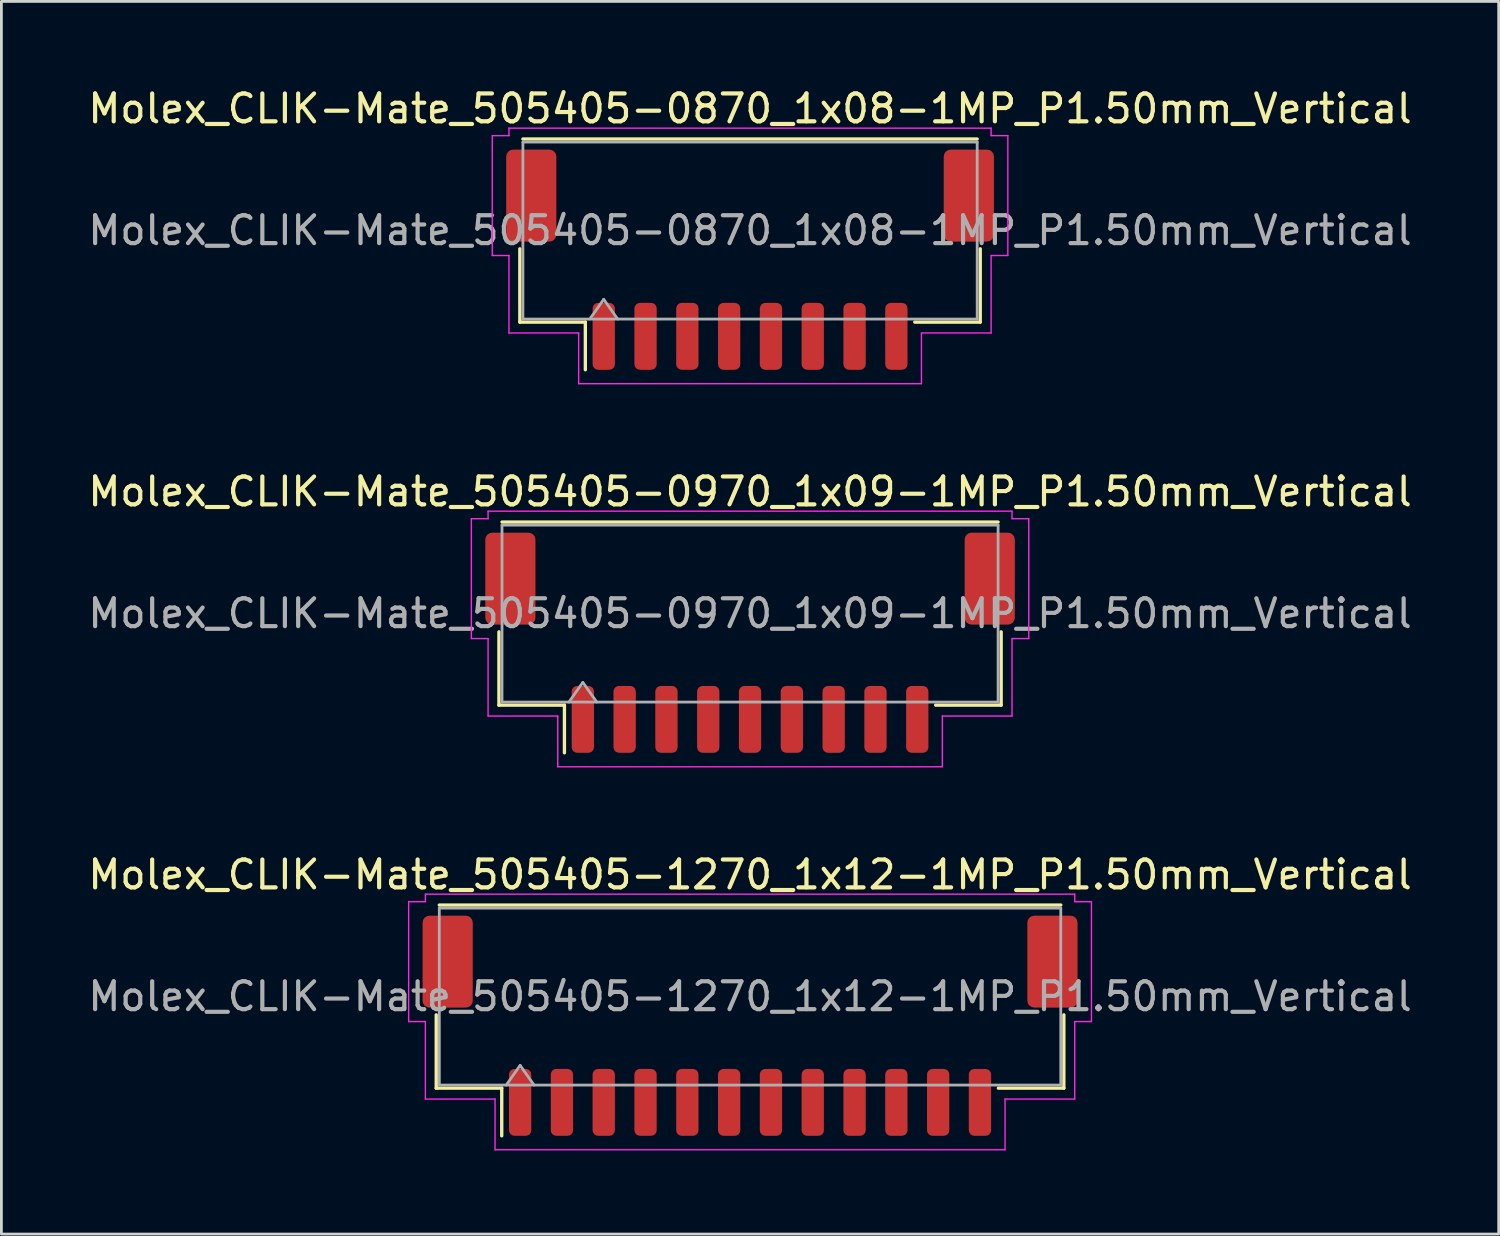
<source format=kicad_pcb>
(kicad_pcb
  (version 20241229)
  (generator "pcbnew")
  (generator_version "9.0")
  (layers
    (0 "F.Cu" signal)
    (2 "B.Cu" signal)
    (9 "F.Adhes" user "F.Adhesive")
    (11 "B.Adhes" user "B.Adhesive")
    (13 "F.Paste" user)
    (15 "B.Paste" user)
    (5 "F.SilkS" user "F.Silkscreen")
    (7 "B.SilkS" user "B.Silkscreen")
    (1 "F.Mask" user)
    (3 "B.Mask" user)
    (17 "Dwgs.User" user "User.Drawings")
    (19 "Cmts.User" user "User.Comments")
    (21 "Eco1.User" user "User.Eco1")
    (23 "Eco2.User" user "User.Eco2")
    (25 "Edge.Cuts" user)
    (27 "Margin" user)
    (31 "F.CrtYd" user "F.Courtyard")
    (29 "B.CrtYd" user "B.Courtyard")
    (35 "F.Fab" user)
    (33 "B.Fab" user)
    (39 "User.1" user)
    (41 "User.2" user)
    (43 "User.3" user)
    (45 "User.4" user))
  (footprint "Molex_CLIK-Mate_505405-1270_1x12-1MP_P1.50mm_Vertical"
    (layer "F.Cu")
    (at 23.863 33.755)
    (property "Reference" "Molex_CLIK-Mate_505405-1270_1x12-1MP_P1.50mm_Vertical" (at 0 -5.42 0) (layer "F.SilkS") (effects (font (size 1 1) (thickness 0.15))))
    (attr smd)
    (fp_line (start -11.26 -0.39) (end -11.26 2.24) (stroke (width 0.12) (type solid)) (layer "F.SilkS"))
    (fp_line (start -11.26 2.24) (end -8.91 2.24) (stroke (width 0.12) (type solid)) (layer "F.SilkS"))
    (fp_line (start -11.15 -4.33) (end 11.15 -4.33) (stroke (width 0.12) (type solid)) (layer "F.SilkS"))
    (fp_line (start -8.91 2.24) (end -8.91 3.95) (stroke (width 0.12) (type solid)) (layer "F.SilkS"))
    (fp_line (start 11.26 -0.39) (end 11.26 2.24) (stroke (width 0.12) (type solid)) (layer "F.SilkS"))
    (fp_line (start 11.26 2.24) (end 8.91 2.24) (stroke (width 0.12) (type solid)) (layer "F.SilkS"))
    (fp_line (start -12.25 -4.45) (end -11.65 -4.45) (stroke (width 0.05) (type solid)) (layer "F.CrtYd"))
    (fp_line (start -12.25 -0.15) (end -12.25 -4.45) (stroke (width 0.05) (type solid)) (layer "F.CrtYd"))
    (fp_line (start -11.65 -4.72) (end 11.65 -4.72) (stroke (width 0.05) (type solid)) (layer "F.CrtYd"))
    (fp_line (start -11.65 -4.45) (end -11.65 -4.72) (stroke (width 0.05) (type solid)) (layer "F.CrtYd"))
    (fp_line (start -11.65 -0.15) (end -12.25 -0.15) (stroke (width 0.05) (type solid)) (layer "F.CrtYd"))
    (fp_line (start -11.65 2.63) (end -11.65 -0.15) (stroke (width 0.05) (type solid)) (layer "F.CrtYd"))
    (fp_line (start -9.15 2.63) (end -11.65 2.63) (stroke (width 0.05) (type solid)) (layer "F.CrtYd"))
    (fp_line (start -9.15 4.45) (end -9.15 2.63) (stroke (width 0.05) (type solid)) (layer "F.CrtYd"))
    (fp_line (start 9.15 2.63) (end 9.15 4.45) (stroke (width 0.05) (type solid)) (layer "F.CrtYd"))
    (fp_line (start 9.15 4.45) (end -9.15 4.45) (stroke (width 0.05) (type solid)) (layer "F.CrtYd"))
    (fp_line (start 11.65 -4.72) (end 11.65 -4.45) (stroke (width 0.05) (type solid)) (layer "F.CrtYd"))
    (fp_line (start 11.65 -4.45) (end 12.25 -4.45) (stroke (width 0.05) (type solid)) (layer "F.CrtYd"))
    (fp_line (start 11.65 -0.15) (end 11.65 2.63) (stroke (width 0.05) (type solid)) (layer "F.CrtYd"))
    (fp_line (start 11.65 2.63) (end 9.15 2.63) (stroke (width 0.05) (type solid)) (layer "F.CrtYd"))
    (fp_line (start 12.25 -4.45) (end 12.25 -0.15) (stroke (width 0.05) (type solid)) (layer "F.CrtYd"))
    (fp_line (start 12.25 -0.15) (end 11.65 -0.15) (stroke (width 0.05) (type solid)) (layer "F.CrtYd"))
    (fp_line (start -11.15 -4.22) (end 11.15 -4.22) (stroke (width 0.1) (type solid)) (layer "F.Fab"))
    (fp_line (start -11.15 2.13) (end -11.15 -4.22) (stroke (width 0.1) (type solid)) (layer "F.Fab"))
    (fp_line (start -11.15 2.13) (end 11.15 2.13) (stroke (width 0.1) (type solid)) (layer "F.Fab"))
    (fp_line (start -8.75 2.13) (end -8.25 1.423) (stroke (width 0.1) (type solid)) (layer "F.Fab"))
    (fp_line (start -8.25 1.423) (end -7.75 2.13) (stroke (width 0.1) (type solid)) (layer "F.Fab"))
    (fp_line (start 11.15 2.13) (end 11.15 -4.22) (stroke (width 0.1) (type solid)) (layer "F.Fab"))
    (fp_text user "${REFERENCE}" (at 0 -1.05 0) (layer "F.Fab") (effects (font (size 1 1) (thickness 0.15))))
    (pad "1" smd roundrect (at -8.25 2.75) (size 0.8 2.4) (layers "F.Cu" "F.Mask" "F.Paste") (roundrect_rratio 0.25))
    (pad "2" smd roundrect (at -6.75 2.75) (size 0.8 2.4) (layers "F.Cu" "F.Mask" "F.Paste") (roundrect_rratio 0.25))
    (pad "3" smd roundrect (at -5.25 2.75) (size 0.8 2.4) (layers "F.Cu" "F.Mask" "F.Paste") (roundrect_rratio 0.25))
    (pad "4" smd roundrect (at -3.75 2.75) (size 0.8 2.4) (layers "F.Cu" "F.Mask" "F.Paste") (roundrect_rratio 0.25))
    (pad "5" smd roundrect (at -2.25 2.75) (size 0.8 2.4) (layers "F.Cu" "F.Mask" "F.Paste") (roundrect_rratio 0.25))
    (pad "6" smd roundrect (at -0.75 2.75) (size 0.8 2.4) (layers "F.Cu" "F.Mask" "F.Paste") (roundrect_rratio 0.25))
    (pad "7" smd roundrect (at 0.75 2.75) (size 0.8 2.4) (layers "F.Cu" "F.Mask" "F.Paste") (roundrect_rratio 0.25))
    (pad "8" smd roundrect (at 2.25 2.75) (size 0.8 2.4) (layers "F.Cu" "F.Mask" "F.Paste") (roundrect_rratio 0.25))
    (pad "9" smd roundrect (at 3.75 2.75) (size 0.8 2.4) (layers "F.Cu" "F.Mask" "F.Paste") (roundrect_rratio 0.25))
    (pad "10" smd roundrect (at 5.25 2.75) (size 0.8 2.4) (layers "F.Cu" "F.Mask" "F.Paste") (roundrect_rratio 0.25))
    (pad "11" smd roundrect (at 6.75 2.75) (size 0.8 2.4) (layers "F.Cu" "F.Mask" "F.Paste") (roundrect_rratio 0.25))
    (pad "12" smd roundrect (at 8.25 2.75) (size 0.8 2.4) (layers "F.Cu" "F.Mask" "F.Paste") (roundrect_rratio 0.25))
    (pad "MP" smd roundrect (at -10.85 -2.3) (size 1.8 3.3) (layers "F.Cu" "F.Mask" "F.Paste") (roundrect_rratio 0.139))
    (pad "MP" smd roundrect (at 10.85 -2.3) (size 1.8 3.3) (layers "F.Cu" "F.Mask" "F.Paste") (roundrect_rratio 0.139)))
  (footprint "Molex_CLIK-Mate_505405-0870_1x08-1MP_P1.50mm_Vertical"
    (layer "F.Cu")
    (at 23.863 6.268)
    (property "Reference" "Molex_CLIK-Mate_505405-0870_1x08-1MP_P1.50mm_Vertical" (at 0 -5.42 0) (layer "F.SilkS") (effects (font (size 1 1) (thickness 0.15))))
    (attr smd)
    (fp_line (start -8.26 -0.39) (end -8.26 2.24) (stroke (width 0.12) (type solid)) (layer "F.SilkS"))
    (fp_line (start -8.26 2.24) (end -5.91 2.24) (stroke (width 0.12) (type solid)) (layer "F.SilkS"))
    (fp_line (start -8.15 -4.33) (end 8.15 -4.33) (stroke (width 0.12) (type solid)) (layer "F.SilkS"))
    (fp_line (start -5.91 2.24) (end -5.91 3.95) (stroke (width 0.12) (type solid)) (layer "F.SilkS"))
    (fp_line (start 8.26 -0.39) (end 8.26 2.24) (stroke (width 0.12) (type solid)) (layer "F.SilkS"))
    (fp_line (start 8.26 2.24) (end 5.91 2.24) (stroke (width 0.12) (type solid)) (layer "F.SilkS"))
    (fp_line (start -9.25 -4.45) (end -8.65 -4.45) (stroke (width 0.05) (type solid)) (layer "F.CrtYd"))
    (fp_line (start -9.25 -0.15) (end -9.25 -4.45) (stroke (width 0.05) (type solid)) (layer "F.CrtYd"))
    (fp_line (start -8.65 -4.72) (end 8.65 -4.72) (stroke (width 0.05) (type solid)) (layer "F.CrtYd"))
    (fp_line (start -8.65 -4.45) (end -8.65 -4.72) (stroke (width 0.05) (type solid)) (layer "F.CrtYd"))
    (fp_line (start -8.65 -0.15) (end -9.25 -0.15) (stroke (width 0.05) (type solid)) (layer "F.CrtYd"))
    (fp_line (start -8.65 2.63) (end -8.65 -0.15) (stroke (width 0.05) (type solid)) (layer "F.CrtYd"))
    (fp_line (start -6.15 2.63) (end -8.65 2.63) (stroke (width 0.05) (type solid)) (layer "F.CrtYd"))
    (fp_line (start -6.15 4.45) (end -6.15 2.63) (stroke (width 0.05) (type solid)) (layer "F.CrtYd"))
    (fp_line (start 6.15 2.63) (end 6.15 4.45) (stroke (width 0.05) (type solid)) (layer "F.CrtYd"))
    (fp_line (start 6.15 4.45) (end -6.15 4.45) (stroke (width 0.05) (type solid)) (layer "F.CrtYd"))
    (fp_line (start 8.65 -4.72) (end 8.65 -4.45) (stroke (width 0.05) (type solid)) (layer "F.CrtYd"))
    (fp_line (start 8.65 -4.45) (end 9.25 -4.45) (stroke (width 0.05) (type solid)) (layer "F.CrtYd"))
    (fp_line (start 8.65 -0.15) (end 8.65 2.63) (stroke (width 0.05) (type solid)) (layer "F.CrtYd"))
    (fp_line (start 8.65 2.63) (end 6.15 2.63) (stroke (width 0.05) (type solid)) (layer "F.CrtYd"))
    (fp_line (start 9.25 -4.45) (end 9.25 -0.15) (stroke (width 0.05) (type solid)) (layer "F.CrtYd"))
    (fp_line (start 9.25 -0.15) (end 8.65 -0.15) (stroke (width 0.05) (type solid)) (layer "F.CrtYd"))
    (fp_line (start -8.15 -4.22) (end 8.15 -4.22) (stroke (width 0.1) (type solid)) (layer "F.Fab"))
    (fp_line (start -8.15 2.13) (end -8.15 -4.22) (stroke (width 0.1) (type solid)) (layer "F.Fab"))
    (fp_line (start -8.15 2.13) (end 8.15 2.13) (stroke (width 0.1) (type solid)) (layer "F.Fab"))
    (fp_line (start -5.75 2.13) (end -5.25 1.423) (stroke (width 0.1) (type solid)) (layer "F.Fab"))
    (fp_line (start -5.25 1.423) (end -4.75 2.13) (stroke (width 0.1) (type solid)) (layer "F.Fab"))
    (fp_line (start 8.15 2.13) (end 8.15 -4.22) (stroke (width 0.1) (type solid)) (layer "F.Fab"))
    (fp_text user "${REFERENCE}" (at 0 -1.05 0) (layer "F.Fab") (effects (font (size 1 1) (thickness 0.15))))
    (pad "1" smd roundrect (at -5.25 2.75) (size 0.8 2.4) (layers "F.Cu" "F.Mask" "F.Paste") (roundrect_rratio 0.25))
    (pad "2" smd roundrect (at -3.75 2.75) (size 0.8 2.4) (layers "F.Cu" "F.Mask" "F.Paste") (roundrect_rratio 0.25))
    (pad "3" smd roundrect (at -2.25 2.75) (size 0.8 2.4) (layers "F.Cu" "F.Mask" "F.Paste") (roundrect_rratio 0.25))
    (pad "4" smd roundrect (at -0.75 2.75) (size 0.8 2.4) (layers "F.Cu" "F.Mask" "F.Paste") (roundrect_rratio 0.25))
    (pad "5" smd roundrect (at 0.75 2.75) (size 0.8 2.4) (layers "F.Cu" "F.Mask" "F.Paste") (roundrect_rratio 0.25))
    (pad "6" smd roundrect (at 2.25 2.75) (size 0.8 2.4) (layers "F.Cu" "F.Mask" "F.Paste") (roundrect_rratio 0.25))
    (pad "7" smd roundrect (at 3.75 2.75) (size 0.8 2.4) (layers "F.Cu" "F.Mask" "F.Paste") (roundrect_rratio 0.25))
    (pad "8" smd roundrect (at 5.25 2.75) (size 0.8 2.4) (layers "F.Cu" "F.Mask" "F.Paste") (roundrect_rratio 0.25))
    (pad "MP" smd roundrect (at -7.85 -2.3) (size 1.8 3.3) (layers "F.Cu" "F.Mask" "F.Paste") (roundrect_rratio 0.139))
    (pad "MP" smd roundrect (at 7.85 -2.3) (size 1.8 3.3) (layers "F.Cu" "F.Mask" "F.Paste") (roundrect_rratio 0.139)))
  (footprint "Molex_CLIK-Mate_505405-0970_1x09-1MP_P1.50mm_Vertical"
    (layer "F.Cu")
    (at 23.863 20.012)
    (property "Reference" "Molex_CLIK-Mate_505405-0970_1x09-1MP_P1.50mm_Vertical" (at 0 -5.42 0) (layer "F.SilkS") (effects (font (size 1 1) (thickness 0.15))))
    (attr smd)
    (fp_line (start -9.01 -0.39) (end -9.01 2.24) (stroke (width 0.12) (type solid)) (layer "F.SilkS"))
    (fp_line (start -9.01 2.24) (end -6.66 2.24) (stroke (width 0.12) (type solid)) (layer "F.SilkS"))
    (fp_line (start -8.9 -4.33) (end 8.9 -4.33) (stroke (width 0.12) (type solid)) (layer "F.SilkS"))
    (fp_line (start -6.66 2.24) (end -6.66 3.95) (stroke (width 0.12) (type solid)) (layer "F.SilkS"))
    (fp_line (start 9.01 -0.39) (end 9.01 2.24) (stroke (width 0.12) (type solid)) (layer "F.SilkS"))
    (fp_line (start 9.01 2.24) (end 6.66 2.24) (stroke (width 0.12) (type solid)) (layer "F.SilkS"))
    (fp_line (start -10 -4.45) (end -9.4 -4.45) (stroke (width 0.05) (type solid)) (layer "F.CrtYd"))
    (fp_line (start -10 -0.15) (end -10 -4.45) (stroke (width 0.05) (type solid)) (layer "F.CrtYd"))
    (fp_line (start -9.4 -4.72) (end 9.4 -4.72) (stroke (width 0.05) (type solid)) (layer "F.CrtYd"))
    (fp_line (start -9.4 -4.45) (end -9.4 -4.72) (stroke (width 0.05) (type solid)) (layer "F.CrtYd"))
    (fp_line (start -9.4 -0.15) (end -10 -0.15) (stroke (width 0.05) (type solid)) (layer "F.CrtYd"))
    (fp_line (start -9.4 2.63) (end -9.4 -0.15) (stroke (width 0.05) (type solid)) (layer "F.CrtYd"))
    (fp_line (start -6.9 2.63) (end -9.4 2.63) (stroke (width 0.05) (type solid)) (layer "F.CrtYd"))
    (fp_line (start -6.9 4.45) (end -6.9 2.63) (stroke (width 0.05) (type solid)) (layer "F.CrtYd"))
    (fp_line (start 6.9 2.63) (end 6.9 4.45) (stroke (width 0.05) (type solid)) (layer "F.CrtYd"))
    (fp_line (start 6.9 4.45) (end -6.9 4.45) (stroke (width 0.05) (type solid)) (layer "F.CrtYd"))
    (fp_line (start 9.4 -4.72) (end 9.4 -4.45) (stroke (width 0.05) (type solid)) (layer "F.CrtYd"))
    (fp_line (start 9.4 -4.45) (end 10 -4.45) (stroke (width 0.05) (type solid)) (layer "F.CrtYd"))
    (fp_line (start 9.4 -0.15) (end 9.4 2.63) (stroke (width 0.05) (type solid)) (layer "F.CrtYd"))
    (fp_line (start 9.4 2.63) (end 6.9 2.63) (stroke (width 0.05) (type solid)) (layer "F.CrtYd"))
    (fp_line (start 10 -4.45) (end 10 -0.15) (stroke (width 0.05) (type solid)) (layer "F.CrtYd"))
    (fp_line (start 10 -0.15) (end 9.4 -0.15) (stroke (width 0.05) (type solid)) (layer "F.CrtYd"))
    (fp_line (start -8.9 -4.22) (end 8.9 -4.22) (stroke (width 0.1) (type solid)) (layer "F.Fab"))
    (fp_line (start -8.9 2.13) (end -8.9 -4.22) (stroke (width 0.1) (type solid)) (layer "F.Fab"))
    (fp_line (start -8.9 2.13) (end 8.9 2.13) (stroke (width 0.1) (type solid)) (layer "F.Fab"))
    (fp_line (start -6.5 2.13) (end -6 1.423) (stroke (width 0.1) (type solid)) (layer "F.Fab"))
    (fp_line (start -6 1.423) (end -5.5 2.13) (stroke (width 0.1) (type solid)) (layer "F.Fab"))
    (fp_line (start 8.9 2.13) (end 8.9 -4.22) (stroke (width 0.1) (type solid)) (layer "F.Fab"))
    (fp_text user "${REFERENCE}" (at 0 -1.05 0) (layer "F.Fab") (effects (font (size 1 1) (thickness 0.15))))
    (pad "1" smd roundrect (at -6 2.75) (size 0.8 2.4) (layers "F.Cu" "F.Mask" "F.Paste") (roundrect_rratio 0.25))
    (pad "2" smd roundrect (at -4.5 2.75) (size 0.8 2.4) (layers "F.Cu" "F.Mask" "F.Paste") (roundrect_rratio 0.25))
    (pad "3" smd roundrect (at -3 2.75) (size 0.8 2.4) (layers "F.Cu" "F.Mask" "F.Paste") (roundrect_rratio 0.25))
    (pad "4" smd roundrect (at -1.5 2.75) (size 0.8 2.4) (layers "F.Cu" "F.Mask" "F.Paste") (roundrect_rratio 0.25))
    (pad "5" smd roundrect (at 0 2.75) (size 0.8 2.4) (layers "F.Cu" "F.Mask" "F.Paste") (roundrect_rratio 0.25))
    (pad "6" smd roundrect (at 1.5 2.75) (size 0.8 2.4) (layers "F.Cu" "F.Mask" "F.Paste") (roundrect_rratio 0.25))
    (pad "7" smd roundrect (at 3 2.75) (size 0.8 2.4) (layers "F.Cu" "F.Mask" "F.Paste") (roundrect_rratio 0.25))
    (pad "8" smd roundrect (at 4.5 2.75) (size 0.8 2.4) (layers "F.Cu" "F.Mask" "F.Paste") (roundrect_rratio 0.25))
    (pad "9" smd roundrect (at 6 2.75) (size 0.8 2.4) (layers "F.Cu" "F.Mask" "F.Paste") (roundrect_rratio 0.25))
    (pad "MP" smd roundrect (at -8.6 -2.3) (size 1.8 3.3) (layers "F.Cu" "F.Mask" "F.Paste") (roundrect_rratio 0.139))
    (pad "MP" smd roundrect (at 8.6 -2.3) (size 1.8 3.3) (layers "F.Cu" "F.Mask" "F.Paste") (roundrect_rratio 0.139)))
  (gr_rect
    (start -3 -3)
    (end 50.726 41.23)
    (stroke (width 0.1) (type default))
    (fill no)
    (layer "Edge.Cuts")))
</source>
